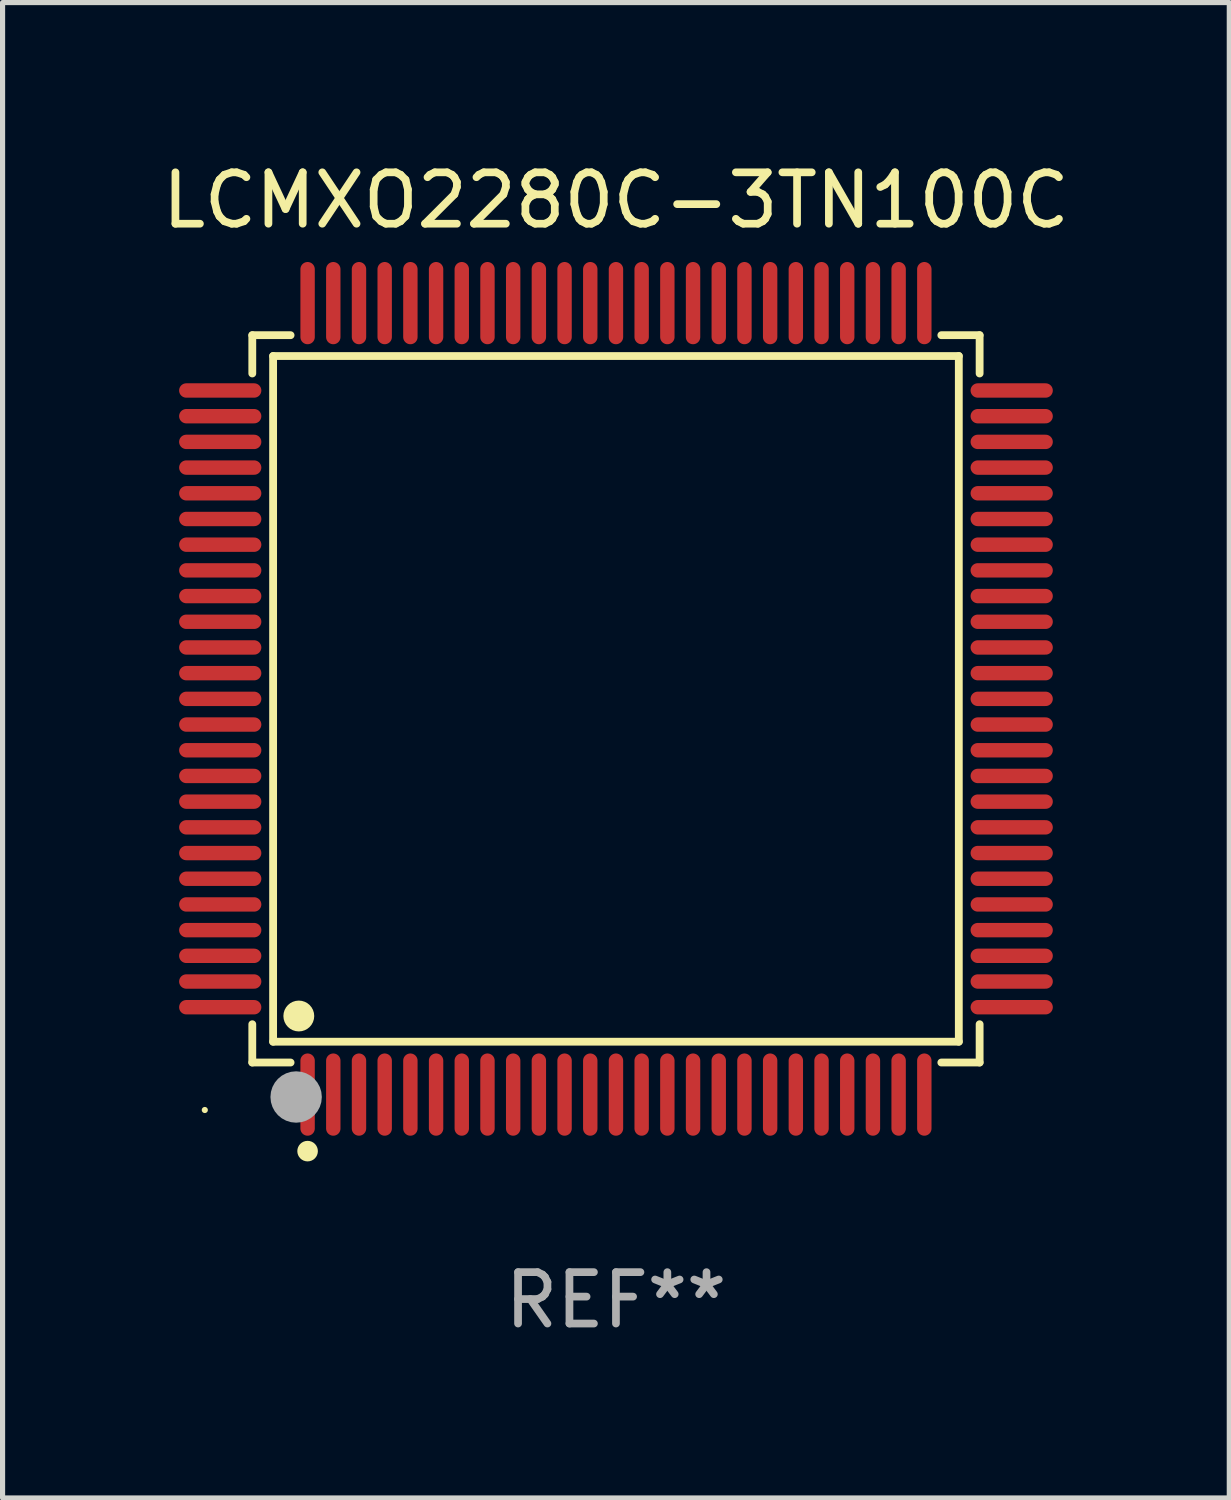
<source format=kicad_pcb>
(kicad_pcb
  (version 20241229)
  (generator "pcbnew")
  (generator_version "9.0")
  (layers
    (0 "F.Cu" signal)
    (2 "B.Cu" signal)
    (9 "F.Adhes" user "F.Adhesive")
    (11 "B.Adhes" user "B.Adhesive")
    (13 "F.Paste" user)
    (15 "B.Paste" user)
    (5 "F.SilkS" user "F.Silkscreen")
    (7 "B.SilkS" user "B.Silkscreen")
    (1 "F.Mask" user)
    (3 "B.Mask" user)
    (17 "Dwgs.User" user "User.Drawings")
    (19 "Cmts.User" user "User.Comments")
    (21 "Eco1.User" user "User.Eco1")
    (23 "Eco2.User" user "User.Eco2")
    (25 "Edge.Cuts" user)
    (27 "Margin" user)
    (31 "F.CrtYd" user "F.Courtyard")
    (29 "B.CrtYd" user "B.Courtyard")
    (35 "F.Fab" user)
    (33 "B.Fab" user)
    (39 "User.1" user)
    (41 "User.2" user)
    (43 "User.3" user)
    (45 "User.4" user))
  (footprint "LCMXO2280C-3TN100C"
    (layer "F.Cu")
    (at 8.935 10.548)
    (property "Reference" "LCMXO2280C-3TN100C" (at 0 -9.7 0) (layer "F.SilkS") (effects (font (size 1 1) (thickness 0.15))))
    (attr through_hole)
    (fp_line (start -7.076 -7.076) (end -6.331 -7.076) (stroke (width 0.152) (type solid)) (layer "F.SilkS"))
    (fp_line (start -7.076 -6.331) (end -7.076 -7.076) (stroke (width 0.152) (type solid)) (layer "F.SilkS"))
    (fp_line (start -7.076 6.331) (end -7.076 7.076) (stroke (width 0.152) (type solid)) (layer "F.SilkS"))
    (fp_line (start -7.076 7.076) (end -6.331 7.076) (stroke (width 0.152) (type solid)) (layer "F.SilkS"))
    (fp_line (start -6.671 -6.671) (end 6.671 -6.671) (stroke (width 0.152) (type solid)) (layer "F.SilkS"))
    (fp_line (start -6.671 6.671) (end -6.671 -6.671) (stroke (width 0.152) (type solid)) (layer "F.SilkS"))
    (fp_line (start 6.671 -6.671) (end 6.671 6.671) (stroke (width 0.152) (type solid)) (layer "F.SilkS"))
    (fp_line (start 6.671 6.671) (end -6.671 6.671) (stroke (width 0.152) (type solid)) (layer "F.SilkS"))
    (fp_line (start 7.076 -7.076) (end 6.331 -7.076) (stroke (width 0.152) (type solid)) (layer "F.SilkS"))
    (fp_line (start 7.076 -6.331) (end 7.076 -7.076) (stroke (width 0.152) (type solid)) (layer "F.SilkS"))
    (fp_line (start 7.076 6.331) (end 7.076 7.076) (stroke (width 0.152) (type solid)) (layer "F.SilkS"))
    (fp_line (start 7.076 7.076) (end 6.331 7.076) (stroke (width 0.152) (type solid)) (layer "F.SilkS"))
    (fp_circle (center -8 8) (end -7.97 8) (stroke (width 0.06) (type solid)) (fill no) (layer "F.SilkS"))
    (fp_circle (center -6.171 6.171) (end -6.021 6.171) (stroke (width 0.3) (type solid)) (fill no) (layer "F.SilkS"))
    (fp_circle (center -6 8.8) (end -5.9 8.8) (stroke (width 0.2) (type solid)) (fill no) (layer "F.SilkS"))
    (fp_circle (center -6.223 7.747) (end -5.973 7.747) (stroke (width 0.5) (type solid)) (fill no) (layer "F.Fab"))
    (fp_text user "REF**" (at 0 11.7 0) (layer "F.Fab") (effects (font (size 1 1) (thickness 0.15))))
    (pad "1" smd oval (at -6 7.7) (size 0.28 1.6) (layers "F.Cu" "F.Mask" "F.Paste"))
    (pad "2" smd oval (at -5.5 7.7) (size 0.28 1.6) (layers "F.Cu" "F.Mask" "F.Paste"))
    (pad "3" smd oval (at -5 7.7) (size 0.28 1.6) (layers "F.Cu" "F.Mask" "F.Paste"))
    (pad "4" smd oval (at -4.5 7.7) (size 0.28 1.6) (layers "F.Cu" "F.Mask" "F.Paste"))
    (pad "5" smd oval (at -4 7.7) (size 0.28 1.6) (layers "F.Cu" "F.Mask" "F.Paste"))
    (pad "6" smd oval (at -3.5 7.7) (size 0.28 1.6) (layers "F.Cu" "F.Mask" "F.Paste"))
    (pad "7" smd oval (at -3 7.7) (size 0.28 1.6) (layers "F.Cu" "F.Mask" "F.Paste"))
    (pad "8" smd oval (at -2.5 7.7) (size 0.28 1.6) (layers "F.Cu" "F.Mask" "F.Paste"))
    (pad "9" smd oval (at -2 7.7) (size 0.28 1.6) (layers "F.Cu" "F.Mask" "F.Paste"))
    (pad "10" smd oval (at -1.5 7.7) (size 0.28 1.6) (layers "F.Cu" "F.Mask" "F.Paste"))
    (pad "11" smd oval (at -1 7.7) (size 0.28 1.6) (layers "F.Cu" "F.Mask" "F.Paste"))
    (pad "12" smd oval (at -0.5 7.7) (size 0.28 1.6) (layers "F.Cu" "F.Mask" "F.Paste"))
    (pad "13" smd oval (at 0 7.7) (size 0.28 1.6) (layers "F.Cu" "F.Mask" "F.Paste"))
    (pad "14" smd oval (at 0.5 7.7) (size 0.28 1.6) (layers "F.Cu" "F.Mask" "F.Paste"))
    (pad "15" smd oval (at 1 7.7) (size 0.28 1.6) (layers "F.Cu" "F.Mask" "F.Paste"))
    (pad "16" smd oval (at 1.5 7.7) (size 0.28 1.6) (layers "F.Cu" "F.Mask" "F.Paste"))
    (pad "17" smd oval (at 2 7.7) (size 0.28 1.6) (layers "F.Cu" "F.Mask" "F.Paste"))
    (pad "18" smd oval (at 2.5 7.7) (size 0.28 1.6) (layers "F.Cu" "F.Mask" "F.Paste"))
    (pad "19" smd oval (at 3 7.7) (size 0.28 1.6) (layers "F.Cu" "F.Mask" "F.Paste"))
    (pad "20" smd oval (at 3.5 7.7) (size 0.28 1.6) (layers "F.Cu" "F.Mask" "F.Paste"))
    (pad "21" smd oval (at 4 7.7) (size 0.28 1.6) (layers "F.Cu" "F.Mask" "F.Paste"))
    (pad "22" smd oval (at 4.5 7.7) (size 0.28 1.6) (layers "F.Cu" "F.Mask" "F.Paste"))
    (pad "23" smd oval (at 5 7.7) (size 0.28 1.6) (layers "F.Cu" "F.Mask" "F.Paste"))
    (pad "24" smd oval (at 5.5 7.7) (size 0.28 1.6) (layers "F.Cu" "F.Mask" "F.Paste"))
    (pad "25" smd oval (at 6 7.7) (size 0.28 1.6) (layers "F.Cu" "F.Mask" "F.Paste"))
    (pad "26" smd oval (at 7.7 6) (size 1.6 0.28) (layers "F.Cu" "F.Mask" "F.Paste"))
    (pad "27" smd oval (at 7.7 5.5) (size 1.6 0.28) (layers "F.Cu" "F.Mask" "F.Paste"))
    (pad "28" smd oval (at 7.7 5) (size 1.6 0.28) (layers "F.Cu" "F.Mask" "F.Paste"))
    (pad "29" smd oval (at 7.7 4.5) (size 1.6 0.28) (layers "F.Cu" "F.Mask" "F.Paste"))
    (pad "30" smd oval (at 7.7 4) (size 1.6 0.28) (layers "F.Cu" "F.Mask" "F.Paste"))
    (pad "31" smd oval (at 7.7 3.5) (size 1.6 0.28) (layers "F.Cu" "F.Mask" "F.Paste"))
    (pad "32" smd oval (at 7.7 3) (size 1.6 0.28) (layers "F.Cu" "F.Mask" "F.Paste"))
    (pad "33" smd oval (at 7.7 2.5) (size 1.6 0.28) (layers "F.Cu" "F.Mask" "F.Paste"))
    (pad "34" smd oval (at 7.7 2) (size 1.6 0.28) (layers "F.Cu" "F.Mask" "F.Paste"))
    (pad "35" smd oval (at 7.7 1.5) (size 1.6 0.28) (layers "F.Cu" "F.Mask" "F.Paste"))
    (pad "36" smd oval (at 7.7 1) (size 1.6 0.28) (layers "F.Cu" "F.Mask" "F.Paste"))
    (pad "37" smd oval (at 7.7 0.5) (size 1.6 0.28) (layers "F.Cu" "F.Mask" "F.Paste"))
    (pad "38" smd oval (at 7.7 0) (size 1.6 0.28) (layers "F.Cu" "F.Mask" "F.Paste"))
    (pad "39" smd oval (at 7.7 -0.5) (size 1.6 0.28) (layers "F.Cu" "F.Mask" "F.Paste"))
    (pad "40" smd oval (at 7.7 -1) (size 1.6 0.28) (layers "F.Cu" "F.Mask" "F.Paste"))
    (pad "41" smd oval (at 7.7 -1.5) (size 1.6 0.28) (layers "F.Cu" "F.Mask" "F.Paste"))
    (pad "42" smd oval (at 7.7 -2) (size 1.6 0.28) (layers "F.Cu" "F.Mask" "F.Paste"))
    (pad "43" smd oval (at 7.7 -2.5) (size 1.6 0.28) (layers "F.Cu" "F.Mask" "F.Paste"))
    (pad "44" smd oval (at 7.7 -3) (size 1.6 0.28) (layers "F.Cu" "F.Mask" "F.Paste"))
    (pad "45" smd oval (at 7.7 -3.5) (size 1.6 0.28) (layers "F.Cu" "F.Mask" "F.Paste"))
    (pad "46" smd oval (at 7.7 -4) (size 1.6 0.28) (layers "F.Cu" "F.Mask" "F.Paste"))
    (pad "47" smd oval (at 7.7 -4.5) (size 1.6 0.28) (layers "F.Cu" "F.Mask" "F.Paste"))
    (pad "48" smd oval (at 7.7 -5) (size 1.6 0.28) (layers "F.Cu" "F.Mask" "F.Paste"))
    (pad "49" smd oval (at 7.7 -5.5) (size 1.6 0.28) (layers "F.Cu" "F.Mask" "F.Paste"))
    (pad "50" smd oval (at 7.7 -6) (size 1.6 0.28) (layers "F.Cu" "F.Mask" "F.Paste"))
    (pad "51" smd oval (at 6 -7.7) (size 0.28 1.6) (layers "F.Cu" "F.Mask" "F.Paste"))
    (pad "52" smd oval (at 5.5 -7.7) (size 0.28 1.6) (layers "F.Cu" "F.Mask" "F.Paste"))
    (pad "53" smd oval (at 5 -7.7) (size 0.28 1.6) (layers "F.Cu" "F.Mask" "F.Paste"))
    (pad "54" smd oval (at 4.5 -7.7) (size 0.28 1.6) (layers "F.Cu" "F.Mask" "F.Paste"))
    (pad "55" smd oval (at 4 -7.7) (size 0.28 1.6) (layers "F.Cu" "F.Mask" "F.Paste"))
    (pad "56" smd oval (at 3.5 -7.7) (size 0.28 1.6) (layers "F.Cu" "F.Mask" "F.Paste"))
    (pad "57" smd oval (at 3 -7.7) (size 0.28 1.6) (layers "F.Cu" "F.Mask" "F.Paste"))
    (pad "58" smd oval (at 2.5 -7.7) (size 0.28 1.6) (layers "F.Cu" "F.Mask" "F.Paste"))
    (pad "59" smd oval (at 2 -7.7) (size 0.28 1.6) (layers "F.Cu" "F.Mask" "F.Paste"))
    (pad "60" smd oval (at 1.5 -7.7) (size 0.28 1.6) (layers "F.Cu" "F.Mask" "F.Paste"))
    (pad "61" smd oval (at 1 -7.7) (size 0.28 1.6) (layers "F.Cu" "F.Mask" "F.Paste"))
    (pad "62" smd oval (at 0.5 -7.7) (size 0.28 1.6) (layers "F.Cu" "F.Mask" "F.Paste"))
    (pad "63" smd oval (at 0 -7.7) (size 0.28 1.6) (layers "F.Cu" "F.Mask" "F.Paste"))
    (pad "64" smd oval (at -0.5 -7.7) (size 0.28 1.6) (layers "F.Cu" "F.Mask" "F.Paste"))
    (pad "65" smd oval (at -1 -7.7) (size 0.28 1.6) (layers "F.Cu" "F.Mask" "F.Paste"))
    (pad "66" smd oval (at -1.5 -7.7) (size 0.28 1.6) (layers "F.Cu" "F.Mask" "F.Paste"))
    (pad "67" smd oval (at -2 -7.7) (size 0.28 1.6) (layers "F.Cu" "F.Mask" "F.Paste"))
    (pad "68" smd oval (at -2.5 -7.7) (size 0.28 1.6) (layers "F.Cu" "F.Mask" "F.Paste"))
    (pad "69" smd oval (at -3 -7.7) (size 0.28 1.6) (layers "F.Cu" "F.Mask" "F.Paste"))
    (pad "70" smd oval (at -3.5 -7.7) (size 0.28 1.6) (layers "F.Cu" "F.Mask" "F.Paste"))
    (pad "71" smd oval (at -4 -7.7) (size 0.28 1.6) (layers "F.Cu" "F.Mask" "F.Paste"))
    (pad "72" smd oval (at -4.5 -7.7) (size 0.28 1.6) (layers "F.Cu" "F.Mask" "F.Paste"))
    (pad "73" smd oval (at -5 -7.7) (size 0.28 1.6) (layers "F.Cu" "F.Mask" "F.Paste"))
    (pad "74" smd oval (at -5.5 -7.7) (size 0.28 1.6) (layers "F.Cu" "F.Mask" "F.Paste"))
    (pad "75" smd oval (at -6 -7.7) (size 0.28 1.6) (layers "F.Cu" "F.Mask" "F.Paste"))
    (pad "76" smd oval (at -7.7 -6) (size 1.6 0.28) (layers "F.Cu" "F.Mask" "F.Paste"))
    (pad "77" smd oval (at -7.7 -5.5) (size 1.6 0.28) (layers "F.Cu" "F.Mask" "F.Paste"))
    (pad "78" smd oval (at -7.7 -5) (size 1.6 0.28) (layers "F.Cu" "F.Mask" "F.Paste"))
    (pad "79" smd oval (at -7.7 -4.5) (size 1.6 0.28) (layers "F.Cu" "F.Mask" "F.Paste"))
    (pad "80" smd oval (at -7.7 -4) (size 1.6 0.28) (layers "F.Cu" "F.Mask" "F.Paste"))
    (pad "81" smd oval (at -7.7 -3.5) (size 1.6 0.28) (layers "F.Cu" "F.Mask" "F.Paste"))
    (pad "82" smd oval (at -7.7 -3) (size 1.6 0.28) (layers "F.Cu" "F.Mask" "F.Paste"))
    (pad "83" smd oval (at -7.7 -2.5) (size 1.6 0.28) (layers "F.Cu" "F.Mask" "F.Paste"))
    (pad "84" smd oval (at -7.7 -2) (size 1.6 0.28) (layers "F.Cu" "F.Mask" "F.Paste"))
    (pad "85" smd oval (at -7.7 -1.5) (size 1.6 0.28) (layers "F.Cu" "F.Mask" "F.Paste"))
    (pad "86" smd oval (at -7.7 -1) (size 1.6 0.28) (layers "F.Cu" "F.Mask" "F.Paste"))
    (pad "87" smd oval (at -7.7 -0.5) (size 1.6 0.28) (layers "F.Cu" "F.Mask" "F.Paste"))
    (pad "88" smd oval (at -7.7 0) (size 1.6 0.28) (layers "F.Cu" "F.Mask" "F.Paste"))
    (pad "89" smd oval (at -7.7 0.5) (size 1.6 0.28) (layers "F.Cu" "F.Mask" "F.Paste"))
    (pad "90" smd oval (at -7.7 1) (size 1.6 0.28) (layers "F.Cu" "F.Mask" "F.Paste"))
    (pad "91" smd oval (at -7.7 1.5) (size 1.6 0.28) (layers "F.Cu" "F.Mask" "F.Paste"))
    (pad "92" smd oval (at -7.7 2) (size 1.6 0.28) (layers "F.Cu" "F.Mask" "F.Paste"))
    (pad "93" smd oval (at -7.7 2.5) (size 1.6 0.28) (layers "F.Cu" "F.Mask" "F.Paste"))
    (pad "94" smd oval (at -7.7 3) (size 1.6 0.28) (layers "F.Cu" "F.Mask" "F.Paste"))
    (pad "95" smd oval (at -7.7 3.5) (size 1.6 0.28) (layers "F.Cu" "F.Mask" "F.Paste"))
    (pad "96" smd oval (at -7.7 4) (size 1.6 0.28) (layers "F.Cu" "F.Mask" "F.Paste"))
    (pad "97" smd oval (at -7.7 4.5) (size 1.6 0.28) (layers "F.Cu" "F.Mask" "F.Paste"))
    (pad "98" smd oval (at -7.7 5) (size 1.6 0.28) (layers "F.Cu" "F.Mask" "F.Paste"))
    (pad "99" smd oval (at -7.7 5.5) (size 1.6 0.28) (layers "F.Cu" "F.Mask" "F.Paste"))
    (pad "100" smd oval (at -7.7 6) (size 1.6 0.28) (layers "F.Cu" "F.Mask" "F.Paste")))
  (gr_rect
    (start -3 -3)
    (end 20.869 26.097)
    (stroke (width 0.1) (type default))
    (fill no)
    (layer "Edge.Cuts")))
</source>
